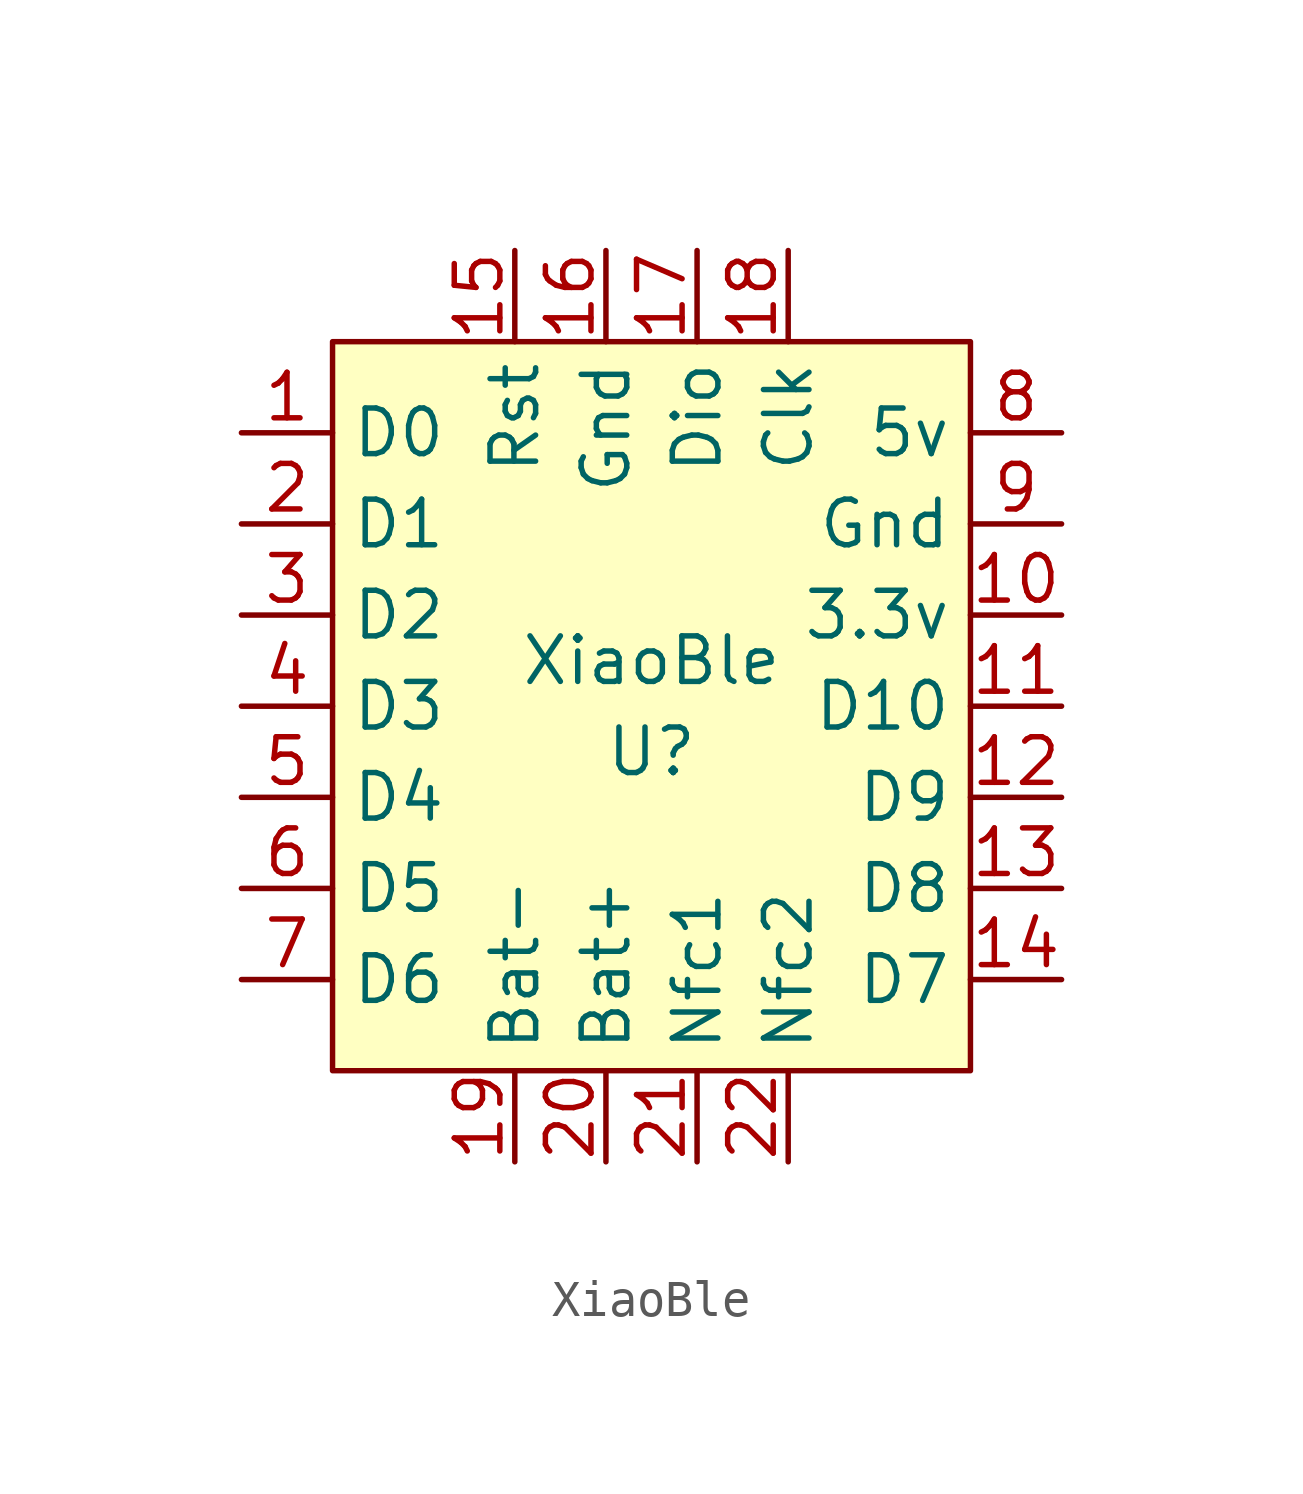
<source format=kicad_sym>
(kicad_symbol_lib
  (version 20201005)
  (generator kicad_symbol_editor)
  (symbol "MakerJakesParts:XiaoBle"
    (property "Reference" "U"
      (at 8.89 -11.43 0)
      (effects (font (size 1.27 1.27))))
    (property "Value" "XiaoBle"
      (at 8.89 -8.89 0)
      (effects (font (size 1.27 1.27))))
    (symbol "XiaoBle_0_1"
      (rectangle (start 0 0) (end 17.78 -20.32) (stroke (width 0.152)) (fill (type background))))
    (symbol "XiaoBle_1_1"
      (pin bidirectional line (at -2.54 -2.54 0) (length 2.54) (name "D0" (effects (font (size 1.27 1.27)))) (number "1" (effects (font (size 1.27 1.27)))))
      (pin power_in line (at 20.32 -7.62 180) (length 2.54) (name "3.3v" (effects (font (size 1.27 1.27)))) (number "10" (effects (font (size 1.27 1.27)))))
      (pin bidirectional line (at 20.32 -10.16 180) (length 2.54) (name "D10" (effects (font (size 1.27 1.27)))) (number "11" (effects (font (size 1.27 1.27)))))
      (pin bidirectional line (at 20.32 -12.7 180) (length 2.54) (name "D9" (effects (font (size 1.27 1.27)))) (number "12" (effects (font (size 1.27 1.27)))))
      (pin bidirectional line (at 20.32 -15.24 180) (length 2.54) (name "D8" (effects (font (size 1.27 1.27)))) (number "13" (effects (font (size 1.27 1.27)))))
      (pin bidirectional line (at 20.32 -17.78 180) (length 2.54) (name "D7" (effects (font (size 1.27 1.27)))) (number "14" (effects (font (size 1.27 1.27)))))
      (pin input line (at 5.08 2.54 270) (length 2.54) (name "Rst" (effects (font (size 1.27 1.27)))) (number "15" (effects (font (size 1.27 1.27)))))
      (pin power_in line (at 7.62 2.54 270) (length 2.54) (name "Gnd" (effects (font (size 1.27 1.27)))) (number "16" (effects (font (size 1.27 1.27)))))
      (pin unspecified line (at 10.16 2.54 270) (length 2.54) (name "Dio" (effects (font (size 1.27 1.27)))) (number "17" (effects (font (size 1.27 1.27)))))
      (pin unspecified line (at 12.7 2.54 270) (length 2.54) (name "Clk" (effects (font (size 1.27 1.27)))) (number "18" (effects (font (size 1.27 1.27)))))
      (pin power_in line (at 5.08 -22.86 90) (length 2.54) (name "Bat-" (effects (font (size 1.27 1.27)))) (number "19" (effects (font (size 1.27 1.27)))))
      (pin bidirectional line (at -2.54 -5.08 0) (length 2.54) (name "D1" (effects (font (size 1.27 1.27)))) (number "2" (effects (font (size 1.27 1.27)))))
      (pin power_in line (at 7.62 -22.86 90) (length 2.54) (name "Bat+" (effects (font (size 1.27 1.27)))) (number "20" (effects (font (size 1.27 1.27)))))
      (pin unspecified line (at 10.16 -22.86 90) (length 2.54) (name "Nfc1" (effects (font (size 1.27 1.27)))) (number "21" (effects (font (size 1.27 1.27)))))
      (pin unspecified line (at 12.7 -22.86 90) (length 2.54) (name "Nfc2" (effects (font (size 1.27 1.27)))) (number "22" (effects (font (size 1.27 1.27)))))
      (pin bidirectional line (at -2.54 -7.62 0) (length 2.54) (name "D2" (effects (font (size 1.27 1.27)))) (number "3" (effects (font (size 1.27 1.27)))))
      (pin bidirectional line (at -2.54 -10.16 0) (length 2.54) (name "D3" (effects (font (size 1.27 1.27)))) (number "4" (effects (font (size 1.27 1.27)))))
      (pin bidirectional line (at -2.54 -12.7 0) (length 2.54) (name "D4" (effects (font (size 1.27 1.27)))) (number "5" (effects (font (size 1.27 1.27)))))
      (pin bidirectional line (at -2.54 -15.24 0) (length 2.54) (name "D5" (effects (font (size 1.27 1.27)))) (number "6" (effects (font (size 1.27 1.27)))))
      (pin bidirectional line (at -2.54 -17.78 0) (length 2.54) (name "D6" (effects (font (size 1.27 1.27)))) (number "7" (effects (font (size 1.27 1.27)))))
      (pin power_in line (at 20.32 -2.54 180) (length 2.54) (name "5v" (effects (font (size 1.27 1.27)))) (number "8" (effects (font (size 1.27 1.27)))))
      (pin power_in line (at 20.32 -5.08 180) (length 2.54) (name "Gnd" (effects (font (size 1.27 1.27)))) (number "9" (effects (font (size 1.27 1.27))))))))
</source>
